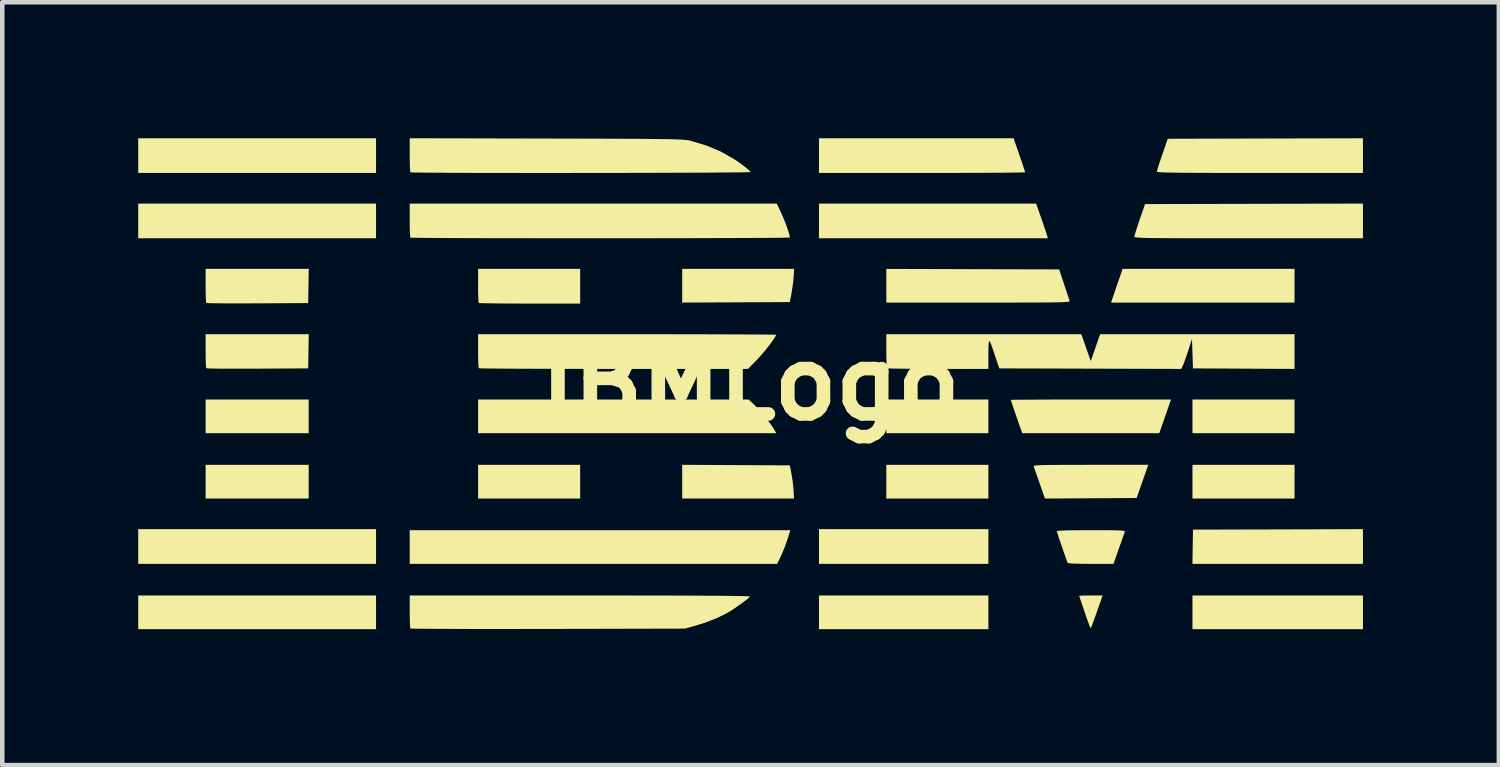
<source format=kicad_pcb>
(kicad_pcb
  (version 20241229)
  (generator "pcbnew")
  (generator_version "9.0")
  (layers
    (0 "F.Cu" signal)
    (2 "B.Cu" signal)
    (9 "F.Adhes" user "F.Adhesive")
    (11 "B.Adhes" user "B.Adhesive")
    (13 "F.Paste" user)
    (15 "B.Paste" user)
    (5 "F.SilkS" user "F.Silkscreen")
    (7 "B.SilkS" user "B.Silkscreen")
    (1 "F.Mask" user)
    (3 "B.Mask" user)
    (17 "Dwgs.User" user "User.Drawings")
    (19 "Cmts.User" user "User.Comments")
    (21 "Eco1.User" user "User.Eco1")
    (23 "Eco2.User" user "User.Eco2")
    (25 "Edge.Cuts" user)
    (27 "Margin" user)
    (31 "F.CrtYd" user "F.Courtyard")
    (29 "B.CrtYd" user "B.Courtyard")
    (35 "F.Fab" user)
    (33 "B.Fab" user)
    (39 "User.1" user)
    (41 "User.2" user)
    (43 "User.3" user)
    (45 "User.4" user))
  (footprint "IBMLogo"
    (layer "F.Cu")
    (at 13.511 5.405)
    (property "Reference" "IBMLogo" (at 0 0 0) (layer "F.SilkS") (effects (font (size 1.5 1.5) (thickness 0.3))))
    (attr board_only exclude_from_pos_files exclude_from_bom)
    (fp_poly (pts (xy -9.75 0.732) (xy -9.75 1.103) (xy -10.887 1.103) (xy -12.024 1.103) (xy -12.024 0.732) (xy -12.024 0.36) (xy -10.887 0.36) (xy -9.75 0.36)) (stroke (width 0) (type solid)) (fill yes) (layer "F.SilkS"))
    (fp_poly (pts (xy -9.75 2.173) (xy -9.75 2.545) (xy -10.887 2.545) (xy -12.024 2.545) (xy -12.024 2.173) (xy -12.024 1.801) (xy -10.887 1.801) (xy -9.75 1.801)) (stroke (width 0) (type solid)) (fill yes) (layer "F.SilkS"))
    (fp_poly (pts (xy -8.264 -5.021) (xy -8.264 -4.639) (xy -10.887 -4.639) (xy -13.511 -4.639) (xy -13.511 -5.021) (xy -13.511 -5.404) (xy -10.887 -5.404) (xy -8.264 -5.404)) (stroke (width 0) (type solid)) (fill yes) (layer "F.SilkS"))
    (fp_poly (pts (xy -8.264 -3.58) (xy -8.264 -3.198) (xy -10.887 -3.198) (xy -13.511 -3.198) (xy -13.511 -3.58) (xy -13.511 -3.963) (xy -10.887 -3.963) (xy -8.264 -3.963)) (stroke (width 0) (type solid)) (fill yes) (layer "F.SilkS"))
    (fp_poly (pts (xy -8.264 3.603) (xy -8.264 3.986) (xy -10.887 3.986) (xy -13.511 3.986) (xy -13.511 3.603) (xy -13.511 3.22) (xy -10.887 3.22) (xy -8.264 3.22)) (stroke (width 0) (type solid)) (fill yes) (layer "F.SilkS"))
    (fp_poly (pts (xy -8.264 5.055) (xy -8.264 5.427) (xy -10.887 5.427) (xy -13.511 5.427) (xy -13.511 5.055) (xy -13.511 4.684) (xy -10.887 4.684) (xy -8.264 4.684)) (stroke (width 0) (type solid)) (fill yes) (layer "F.SilkS"))
    (fp_poly (pts (xy -3.76 2.173) (xy -3.76 2.545) (xy -4.886 2.545) (xy -6.012 2.545) (xy -6.012 2.173) (xy -6.012 1.801) (xy -4.886 1.801) (xy -3.76 1.801)) (stroke (width 0) (type solid)) (fill yes) (layer "F.SilkS"))
    (fp_poly (pts (xy 5.247 0.732) (xy 5.247 1.103) (xy 4.121 1.103) (xy 2.995 1.103) (xy 2.995 0.732) (xy 2.995 0.36) (xy 4.121 0.36) (xy 5.247 0.36)) (stroke (width 0) (type solid)) (fill yes) (layer "F.SilkS"))
    (fp_poly (pts (xy 5.247 2.173) (xy 5.247 2.545) (xy 4.121 2.545) (xy 2.995 2.545) (xy 2.995 2.173) (xy 2.995 1.801) (xy 4.121 1.801) (xy 5.247 1.801)) (stroke (width 0) (type solid)) (fill yes) (layer "F.SilkS"))
    (fp_poly (pts (xy 5.247 3.603) (xy 5.247 3.986) (xy 3.378 3.986) (xy 1.509 3.986) (xy 1.509 3.603) (xy 1.509 3.22) (xy 3.378 3.22) (xy 5.247 3.22)) (stroke (width 0) (type solid)) (fill yes) (layer "F.SilkS"))
    (fp_poly (pts (xy 5.247 5.055) (xy 5.247 5.427) (xy 3.378 5.427) (xy 1.509 5.427) (xy 1.509 5.055) (xy 1.509 4.684) (xy 3.378 4.684) (xy 5.247 4.684)) (stroke (width 0) (type solid)) (fill yes) (layer "F.SilkS"))
    (fp_poly (pts (xy 12.002 -2.15) (xy 12.002 -1.779) (xy 9.977 -1.779) (xy 7.953 -1.779) (xy 8.08 -2.15) (xy 8.208 -2.522) (xy 10.105 -2.522) (xy 12.002 -2.522)) (stroke (width 0) (type solid)) (fill yes) (layer "F.SilkS"))
    (fp_poly (pts (xy 12.002 0.732) (xy 12.002 1.103) (xy 10.876 1.103) (xy 9.75 1.103) (xy 9.75 0.732) (xy 9.75 0.36) (xy 10.876 0.36) (xy 12.002 0.36)) (stroke (width 0) (type solid)) (fill yes) (layer "F.SilkS"))
    (fp_poly (pts (xy 12.002 2.173) (xy 12.002 2.545) (xy 10.876 2.545) (xy 9.75 2.545) (xy 9.75 2.173) (xy 9.75 1.801) (xy 10.876 1.801) (xy 12.002 1.801)) (stroke (width 0) (type solid)) (fill yes) (layer "F.SilkS"))
    (fp_poly (pts (xy 13.511 3.603) (xy 13.511 3.986) (xy 11.63 3.986) (xy 9.749 3.986) (xy 9.755 3.608) (xy 9.761 3.231) (xy 11.636 3.226) (xy 13.511 3.22)) (stroke (width 0) (type solid)) (fill yes) (layer "F.SilkS"))
    (fp_poly (pts (xy 13.511 5.055) (xy 13.511 5.427) (xy 11.63 5.427) (xy 9.75 5.427) (xy 9.75 5.055) (xy 9.75 4.684) (xy 11.63 4.684) (xy 13.511 4.684)) (stroke (width 0) (type solid)) (fill yes) (layer "F.SilkS"))
    (fp_poly (pts (xy -0.321 1.807) (xy 0.866 1.813) (xy 0.904 2.012) (xy 0.923 2.129) (xy 0.939 2.254) (xy 0.949 2.364) (xy 0.949 2.378) (xy 0.958 2.545) (xy -0.275 2.545) (xy -1.509 2.545) (xy -1.509 2.173) (xy -1.509 1.801)) (stroke (width 0) (type solid)) (fill yes) (layer "F.SilkS"))
    (fp_poly (pts (xy 0.841 3.361) (xy 0.782 3.54) (xy 0.714 3.715) (xy 0.645 3.867) (xy 0.644 3.868) (xy 0.585 3.986) (xy -3.468 3.986) (xy -7.521 3.986) (xy -7.521 3.614) (xy -7.521 3.243) (xy -3.323 3.243) (xy 0.876 3.243)) (stroke (width 0) (type solid)) (fill yes) (layer "F.SilkS"))
    (fp_poly (pts (xy 0.951 -2.352) (xy 0.941 -2.243) (xy 0.924 -2.117) (xy 0.905 -1.997) (xy 0.903 -1.986) (xy 0.866 -1.79) (xy -0.321 -1.784) (xy -1.509 -1.779) (xy -1.509 -2.15) (xy -1.509 -2.522) (xy -0.274 -2.522) (xy 0.961 -2.522)) (stroke (width 0) (type solid)) (fill yes) (layer "F.SilkS"))
    (fp_poly (pts (xy 6.415 -3.635) (xy 6.456 -3.517) (xy 6.493 -3.41) (xy 6.521 -3.324) (xy 6.54 -3.267) (xy 6.544 -3.252) (xy 6.558 -3.198) (xy 4.033 -3.198) (xy 1.509 -3.198) (xy 1.509 -3.58) (xy 1.509 -3.963) (xy 3.904 -3.963) (xy 6.3 -3.963)) (stroke (width 0) (type solid)) (fill yes) (layer "F.SilkS"))
    (fp_poly (pts (xy 0.06 0.456) (xy 0.132 0.528) (xy 0.218 0.623) (xy 0.308 0.73) (xy 0.393 0.838) (xy 0.465 0.936) (xy 0.515 1.012) (xy 0.516 1.014) (xy 0.566 1.103) (xy -2.723 1.103) (xy -6.012 1.103) (xy -6.012 0.732) (xy -6.012 0.36) (xy -3.028 0.36) (xy -0.044 0.36)) (stroke (width 0) (type solid)) (fill yes) (layer "F.SilkS"))
    (fp_poly (pts (xy -9.755 -2.145) (xy -9.761 -1.768) (xy -10.878 -1.762) (xy -11.098 -1.761) (xy -11.304 -1.761) (xy -11.492 -1.761) (xy -11.658 -1.762) (xy -11.797 -1.764) (xy -11.904 -1.765) (xy -11.976 -1.768) (xy -12.008 -1.771) (xy -12.009 -1.771) (xy -12.014 -1.798) (xy -12.019 -1.861) (xy -12.022 -1.955) (xy -12.024 -2.069) (xy -12.024 -2.154) (xy -12.024 -2.522) (xy -10.887 -2.522) (xy -9.749 -2.522)) (stroke (width 0) (type solid)) (fill yes) (layer "F.SilkS"))
    (fp_poly (pts (xy -9.755 -0.704) (xy -9.761 -0.327) (xy -10.878 -0.321) (xy -11.098 -0.32) (xy -11.304 -0.32) (xy -11.492 -0.32) (xy -11.658 -0.321) (xy -11.797 -0.322) (xy -11.904 -0.324) (xy -11.976 -0.327) (xy -12.008 -0.33) (xy -12.009 -0.33) (xy -12.014 -0.357) (xy -12.019 -0.42) (xy -12.022 -0.513) (xy -12.024 -0.628) (xy -12.024 -0.713) (xy -12.024 -1.081) (xy -10.887 -1.081) (xy -9.749 -1.081)) (stroke (width 0) (type solid)) (fill yes) (layer "F.SilkS"))
    (fp_poly (pts (xy -3.76 -2.139) (xy -3.76 -1.756) (xy -4.871 -1.756) (xy -5.091 -1.757) (xy -5.297 -1.758) (xy -5.484 -1.759) (xy -5.649 -1.761) (xy -5.787 -1.763) (xy -5.894 -1.765) (xy -5.965 -1.768) (xy -5.996 -1.771) (xy -5.997 -1.771) (xy -6.002 -1.798) (xy -6.007 -1.862) (xy -6.01 -1.955) (xy -6.012 -2.069) (xy -6.012 -2.154) (xy -6.012 -2.522) (xy -4.886 -2.522) (xy -3.76 -2.522)) (stroke (width 0) (type solid)) (fill yes) (layer "F.SilkS"))
    (fp_poly (pts (xy 7.643 5.038) (xy 7.601 5.156) (xy 7.564 5.258) (xy 7.535 5.338) (xy 7.515 5.388) (xy 7.509 5.401) (xy 7.495 5.39) (xy 7.479 5.357) (xy 7.461 5.306) (xy 7.433 5.228) (xy 7.4 5.133) (xy 7.364 5.029) (xy 7.329 4.926) (xy 7.296 4.832) (xy 7.271 4.756) (xy 7.255 4.707) (xy 7.251 4.693) (xy 7.272 4.689) (xy 7.329 4.686) (xy 7.413 4.684) (xy 7.509 4.684) (xy 7.767 4.684)) (stroke (width 0) (type solid)) (fill yes) (layer "F.SilkS"))
    (fp_poly (pts (xy 5.93 -5.037) (xy 5.972 -4.916) (xy 6.008 -4.81) (xy 6.035 -4.726) (xy 6.053 -4.671) (xy 6.057 -4.654) (xy 6.035 -4.652) (xy 5.971 -4.65) (xy 5.868 -4.648) (xy 5.729 -4.646) (xy 5.557 -4.644) (xy 5.355 -4.643) (xy 5.125 -4.642) (xy 4.872 -4.641) (xy 4.598 -4.64) (xy 4.305 -4.639) (xy 3.998 -4.639) (xy 3.783 -4.639) (xy 1.509 -4.639) (xy 1.509 -5.021) (xy 1.509 -5.404) (xy 3.656 -5.404) (xy 5.803 -5.404)) (stroke (width 0) (type solid)) (fill yes) (layer "F.SilkS"))
    (fp_poly (pts (xy 8.646 2.167) (xy 8.517 2.533) (xy 7.506 2.539) (xy 6.495 2.545) (xy 6.379 2.213) (xy 6.338 2.095) (xy 6.301 1.991) (xy 6.272 1.908) (xy 6.253 1.854) (xy 6.248 1.841) (xy 6.246 1.832) (xy 6.252 1.825) (xy 6.267 1.819) (xy 6.296 1.814) (xy 6.342 1.811) (xy 6.409 1.808) (xy 6.499 1.805) (xy 6.616 1.804) (xy 6.763 1.803) (xy 6.944 1.802) (xy 7.163 1.802) (xy 7.422 1.801) (xy 7.504 1.801) (xy 8.775 1.801)) (stroke (width 0) (type solid)) (fill yes) (layer "F.SilkS"))
    (fp_poly (pts (xy 13.511 -5.022) (xy 13.511 -4.639) (xy 11.236 -4.639) (xy 10.853 -4.639) (xy 10.512 -4.639) (xy 10.211 -4.64) (xy 9.95 -4.641) (xy 9.724 -4.642) (xy 9.533 -4.643) (xy 9.373 -4.645) (xy 9.243 -4.647) (xy 9.141 -4.65) (xy 9.064 -4.653) (xy 9.01 -4.657) (xy 8.978 -4.661) (xy 8.964 -4.665) (xy 8.963 -4.667) (xy 8.97 -4.697) (xy 8.99 -4.761) (xy 9.019 -4.853) (xy 9.056 -4.963) (xy 9.084 -5.044) (xy 9.204 -5.393) (xy 11.357 -5.399) (xy 13.511 -5.404)) (stroke (width 0) (type solid)) (fill yes) (layer "F.SilkS"))
    (fp_poly (pts (xy 9.147 0.732) (xy 9.018 1.103) (xy 7.506 1.103) (xy 5.994 1.103) (xy 5.968 1.03) (xy 5.941 0.955) (xy 5.908 0.86) (xy 5.872 0.755) (xy 5.835 0.648) (xy 5.801 0.547) (xy 5.772 0.461) (xy 5.752 0.399) (xy 5.742 0.37) (xy 5.742 0.369) (xy 5.764 0.367) (xy 5.828 0.366) (xy 5.929 0.365) (xy 6.066 0.364) (xy 6.234 0.363) (xy 6.43 0.362) (xy 6.651 0.361) (xy 6.893 0.361) (xy 7.152 0.36) (xy 7.427 0.36) (xy 7.509 0.36) (xy 9.276 0.36)) (stroke (width 0) (type solid)) (fill yes) (layer "F.SilkS"))
    (fp_poly (pts (xy 4.901 -2.516) (xy 6.808 -2.511) (xy 6.917 -2.184) (xy 6.956 -2.068) (xy 6.99 -1.964) (xy 7.018 -1.882) (xy 7.035 -1.83) (xy 7.039 -1.818) (xy 7.039 -1.812) (xy 7.034 -1.806) (xy 7.02 -1.8) (xy 6.995 -1.796) (xy 6.957 -1.792) (xy 6.902 -1.789) (xy 6.828 -1.786) (xy 6.732 -1.784) (xy 6.612 -1.782) (xy 6.464 -1.781) (xy 6.286 -1.78) (xy 6.075 -1.78) (xy 5.829 -1.779) (xy 5.545 -1.779) (xy 5.22 -1.779) (xy 5.023 -1.779) (xy 2.995 -1.779) (xy 2.995 -2.151) (xy 2.995 -2.522)) (stroke (width 0) (type solid)) (fill yes) (layer "F.SilkS"))
    (fp_poly (pts (xy 13.511 -3.58) (xy 13.511 -3.198) (xy 10.989 -3.198) (xy 10.597 -3.198) (xy 10.249 -3.198) (xy 9.94 -3.198) (xy 9.669 -3.198) (xy 9.434 -3.199) (xy 9.231 -3.2) (xy 9.059 -3.201) (xy 8.914 -3.202) (xy 8.795 -3.204) (xy 8.699 -3.206) (xy 8.624 -3.209) (xy 8.567 -3.212) (xy 8.525 -3.215) (xy 8.497 -3.219) (xy 8.48 -3.224) (xy 8.471 -3.229) (xy 8.468 -3.235) (xy 8.468 -3.237) (xy 8.476 -3.271) (xy 8.496 -3.339) (xy 8.526 -3.433) (xy 8.563 -3.545) (xy 8.586 -3.614) (xy 8.703 -3.952) (xy 11.107 -3.958) (xy 13.511 -3.963)) (stroke (width 0) (type solid)) (fill yes) (layer "F.SilkS"))
    (fp_poly (pts (xy 7.724 3.243) (xy 7.895 3.244) (xy 8.029 3.246) (xy 8.128 3.249) (xy 8.197 3.253) (xy 8.239 3.259) (xy 8.257 3.266) (xy 8.259 3.271) (xy 8.249 3.301) (xy 8.226 3.365) (xy 8.194 3.457) (xy 8.155 3.567) (xy 8.128 3.642) (xy 8.008 3.986) (xy 7.505 3.986) (xy 7.331 3.985) (xy 7.199 3.983) (xy 7.103 3.979) (xy 7.039 3.974) (xy 7.003 3.966) (xy 6.992 3.957) (xy 6.942 3.816) (xy 6.893 3.678) (xy 6.849 3.549) (xy 6.81 3.436) (xy 6.781 3.347) (xy 6.761 3.287) (xy 6.755 3.263) (xy 6.777 3.258) (xy 6.84 3.253) (xy 6.939 3.249) (xy 7.07 3.246) (xy 7.229 3.244) (xy 7.411 3.243) (xy 7.512 3.243)) (stroke (width 0) (type solid)) (fill yes) (layer "F.SilkS"))
    (fp_poly (pts (xy -2.344 -1.081) (xy -1.975 -1.081) (xy -1.622 -1.08) (xy -1.286 -1.08) (xy -0.97 -1.079) (xy -0.676 -1.078) (xy -0.408 -1.077) (xy -0.167 -1.076) (xy 0.044 -1.075) (xy 0.223 -1.074) (xy 0.367 -1.073) (xy 0.473 -1.071) (xy 0.539 -1.07) (xy 0.563 -1.069) (xy 0.563 -1.069) (xy 0.549 -1.034) (xy 0.511 -0.973) (xy 0.454 -0.894) (xy 0.385 -0.803) (xy 0.309 -0.707) (xy 0.231 -0.616) (xy 0.158 -0.535) (xy 0.136 -0.512) (xy -0.057 -0.315) (xy -3.02 -0.315) (xy -3.381 -0.315) (xy -3.731 -0.316) (xy -4.065 -0.316) (xy -4.381 -0.317) (xy -4.677 -0.318) (xy -4.95 -0.319) (xy -5.198 -0.32) (xy -5.417 -0.321) (xy -5.605 -0.323) (xy -5.759 -0.324) (xy -5.877 -0.326) (xy -5.957 -0.328) (xy -5.994 -0.33) (xy -5.997 -0.33) (xy -6.002 -0.357) (xy -6.007 -0.42) (xy -6.01 -0.513) (xy -6.012 -0.628) (xy -6.012 -0.713) (xy -6.012 -1.081) (xy -2.725 -1.081)) (stroke (width 0) (type solid)) (fill yes) (layer "F.SilkS"))
    (fp_poly (pts (xy -3.235 4.684) (xy -2.754 4.684) (xy -2.317 4.685) (xy -1.921 4.685) (xy -1.565 4.686) (xy -1.25 4.687) (xy -0.973 4.689) (xy -0.733 4.69) (xy -0.53 4.692) (xy -0.362 4.694) (xy -0.228 4.697) (xy -0.128 4.699) (xy -0.059 4.702) (xy -0.021 4.705) (xy -0.012 4.708) (xy -0.041 4.738) (xy -0.1 4.785) (xy -0.178 4.844) (xy -0.269 4.909) (xy -0.363 4.974) (xy -0.452 5.031) (xy -0.524 5.074) (xy -0.747 5.184) (xy -1.002 5.283) (xy -1.237 5.356) (xy -1.452 5.415) (xy -4.471 5.422) (xy -4.836 5.422) (xy -5.189 5.423) (xy -5.527 5.423) (xy -5.847 5.423) (xy -6.146 5.423) (xy -6.423 5.422) (xy -6.675 5.421) (xy -6.898 5.42) (xy -7.09 5.419) (xy -7.249 5.418) (xy -7.372 5.417) (xy -7.457 5.415) (xy -7.5 5.413) (xy -7.505 5.412) (xy -7.511 5.386) (xy -7.515 5.322) (xy -7.519 5.229) (xy -7.521 5.115) (xy -7.521 5.04) (xy -7.521 4.684) (xy -3.759 4.684)) (stroke (width 0) (type solid)) (fill yes) (layer "F.SilkS"))
    (fp_poly (pts (xy 0.671 -3.766) (xy 0.717 -3.662) (xy 0.762 -3.552) (xy 0.802 -3.444) (xy 0.835 -3.348) (xy 0.857 -3.272) (xy 0.865 -3.224) (xy 0.863 -3.214) (xy 0.84 -3.213) (xy 0.774 -3.211) (xy 0.669 -3.209) (xy 0.527 -3.208) (xy 0.351 -3.206) (xy 0.143 -3.205) (xy -0.094 -3.204) (xy -0.356 -3.203) (xy -0.642 -3.202) (xy -0.949 -3.201) (xy -1.274 -3.2) (xy -1.614 -3.199) (xy -1.967 -3.199) (xy -2.33 -3.198) (xy -2.699 -3.198) (xy -3.074 -3.198) (xy -3.45 -3.198) (xy -3.825 -3.198) (xy -4.197 -3.198) (xy -4.562 -3.198) (xy -4.918 -3.199) (xy -5.262 -3.199) (xy -5.592 -3.2) (xy -5.905 -3.2) (xy -6.198 -3.201) (xy -6.469 -3.202) (xy -6.714 -3.203) (xy -6.931 -3.204) (xy -7.118 -3.206) (xy -7.271 -3.207) (xy -7.388 -3.209) (xy -7.466 -3.21) (xy -7.503 -3.212) (xy -7.506 -3.213) (xy -7.511 -3.239) (xy -7.515 -3.303) (xy -7.519 -3.396) (xy -7.521 -3.51) (xy -7.521 -3.595) (xy -7.521 -3.963) (xy -3.471 -3.963) (xy 0.578 -3.963)) (stroke (width 0) (type solid)) (fill yes) (layer "F.SilkS"))
    (fp_poly (pts (xy 7.315 -1.03) (xy 7.33 -0.989) (xy 7.355 -0.916) (xy 7.388 -0.823) (xy 7.419 -0.734) (xy 7.506 -0.489) (xy 7.609 -0.785) (xy 7.712 -1.081) (xy 9.857 -1.081) (xy 12.002 -1.081) (xy 12.002 -0.698) (xy 12.002 -0.315) (xy 10.882 -0.321) (xy 9.761 -0.327) (xy 9.75 -0.65) (xy 9.739 -0.974) (xy 9.652 -0.706) (xy 9.615 -0.597) (xy 9.581 -0.499) (xy 9.552 -0.422) (xy 9.533 -0.377) (xy 9.501 -0.315) (xy 7.494 -0.321) (xy 5.487 -0.327) (xy 5.392 -0.611) (xy 5.344 -0.754) (xy 5.307 -0.855) (xy 5.282 -0.914) (xy 5.265 -0.931) (xy 5.255 -0.908) (xy 5.25 -0.844) (xy 5.248 -0.739) (xy 5.247 -0.647) (xy 5.247 -0.315) (xy 4.136 -0.315) (xy 3.916 -0.316) (xy 3.711 -0.316) (xy 3.523 -0.318) (xy 3.358 -0.32) (xy 3.22 -0.322) (xy 3.113 -0.324) (xy 3.042 -0.327) (xy 3.011 -0.33) (xy 3.01 -0.33) (xy 3.005 -0.357) (xy 3.001 -0.42) (xy 2.997 -0.513) (xy 2.995 -0.628) (xy 2.995 -0.713) (xy 2.995 -1.081) (xy 5.146 -1.081) (xy 7.297 -1.081)) (stroke (width 0) (type solid)) (fill yes) (layer "F.SilkS"))
    (fp_poly (pts (xy -4.509 -5.398) (xy -4.077 -5.397) (xy -3.687 -5.396) (xy -3.338 -5.395) (xy -3.026 -5.394) (xy -2.751 -5.393) (xy -2.508 -5.392) (xy -2.297 -5.39) (xy -2.114 -5.388) (xy -1.957 -5.386) (xy -1.825 -5.384) (xy -1.713 -5.382) (xy -1.622 -5.379) (xy -1.547 -5.376) (xy -1.486 -5.372) (xy -1.438 -5.368) (xy -1.399 -5.364) (xy -1.368 -5.359) (xy -1.342 -5.354) (xy -1.34 -5.353) (xy -0.983 -5.247) (xy -0.657 -5.111) (xy -0.359 -4.942) (xy -0.197 -4.829) (xy -0.117 -4.767) (xy -0.053 -4.714) (xy -0.012 -4.676) (xy 0 -4.66) (xy -0.022 -4.657) (xy -0.086 -4.655) (xy -0.19 -4.653) (xy -0.33 -4.651) (xy -0.504 -4.65) (xy -0.708 -4.648) (xy -0.941 -4.646) (xy -1.198 -4.645) (xy -1.478 -4.644) (xy -1.777 -4.643) (xy -2.093 -4.642) (xy -2.422 -4.641) (xy -2.763 -4.64) (xy -3.111 -4.639) (xy -3.464 -4.639) (xy -3.82 -4.639) (xy -4.175 -4.638) (xy -4.527 -4.638) (xy -4.873 -4.638) (xy -5.209 -4.639) (xy -5.534 -4.639) (xy -5.844 -4.64) (xy -6.136 -4.64) (xy -6.408 -4.641) (xy -6.656 -4.642) (xy -6.878 -4.644) (xy -7.072 -4.645) (xy -7.233 -4.647) (xy -7.36 -4.648) (xy -7.449 -4.65) (xy -7.497 -4.652) (xy -7.506 -4.654) (xy -7.511 -4.68) (xy -7.515 -4.744) (xy -7.519 -4.837) (xy -7.521 -4.951) (xy -7.521 -5.037) (xy -7.521 -5.405)) (stroke (width 0) (type solid)) (fill yes) (layer "F.SilkS")))
  (gr_rect
    (start -3 -3)
    (end 30.021 13.832)
    (stroke (width 0.1) (type default))
    (fill no)
    (layer "Edge.Cuts")))
</source>
